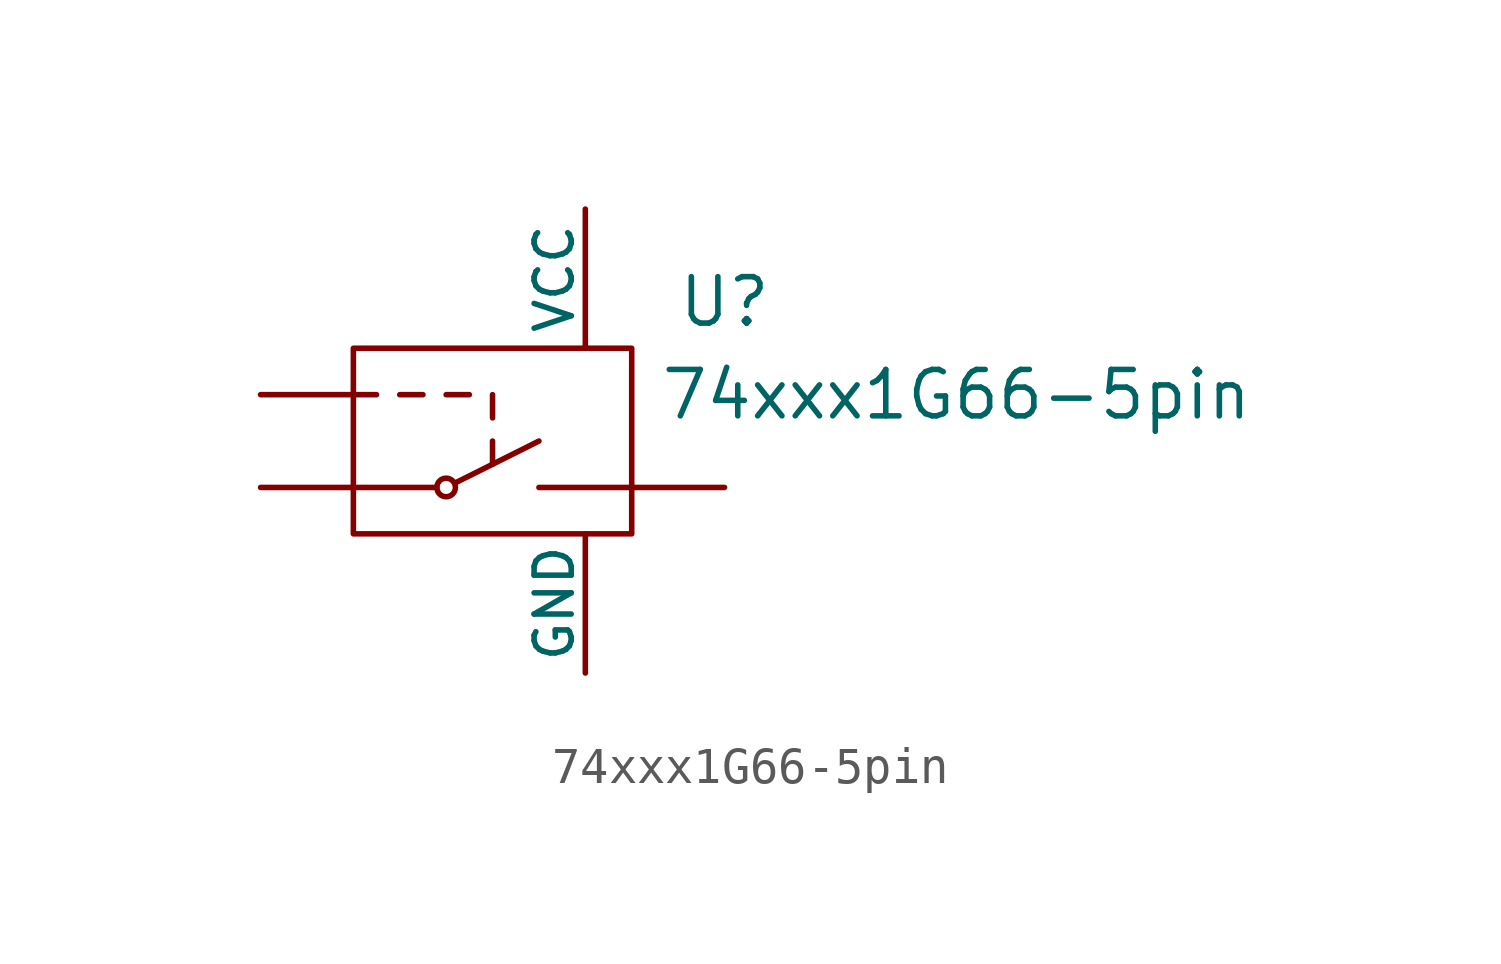
<source format=kicad_sym>
(kicad_symbol_lib
  (version 20211014)
  (generator kicad_symbol_editor)
  (symbol "74xxx1G66-5pin"
    (pin_numbers hide)
    (pin_names
      (offset 0))
    (property "Reference" "U"
      (at 6.35 0 0)
      (effects (font (size 1.27 1.27))))
    (property "Value" "74xxx1G66-5pin"
      (at 12.7 -2.54 0)
      (effects (font (size 1.27 1.27))))
    (symbol "74xxx1G66-5pin_0_1"
      (rectangle (start -3.81 -1.27) (end 3.81 -6.35) (stroke (width 0) (type default) (color 0 0 0 0)) (fill (type none)))
      (circle (center -1.27 -5.08) (radius 0.254) (stroke (width 0) (type default) (color 0 0 0 0)) (fill (type none)))
      (polyline (pts (xy -3.81 -5.08) (xy -1.524 -5.08)) (stroke (width 0) (type default) (color 0 0 0 0)) (fill (type none)))
      (polyline (pts (xy -3.81 -2.54) (xy -3.175 -2.54)) (stroke (width 0) (type default) (color 0 0 0 0)) (fill (type none)))
      (polyline (pts (xy -2.54 -2.54) (xy -1.905 -2.54)) (stroke (width 0) (type default) (color 0 0 0 0)) (fill (type none)))
      (polyline (pts (xy -1.27 -2.54) (xy -0.635 -2.54)) (stroke (width 0) (type default) (color 0 0 0 0)) (fill (type none)))
      (polyline (pts (xy -1.016 -4.953) (xy 1.27 -3.81)) (stroke (width 0) (type default) (color 0 0 0 0)) (fill (type none)))
      (polyline (pts (xy 0 -3.81) (xy 0 -4.445)) (stroke (width 0) (type default) (color 0 0 0 0)) (fill (type none)))
      (polyline (pts (xy 0 -2.54) (xy 0 -3.175)) (stroke (width 0) (type default) (color 0 0 0 0)) (fill (type none))))
    (symbol "74xxx1G66-5pin_1_1"
      (pin passive line (at -6.35 -5.08 0) (length 2.54) (name "~" (effects (font (size 1.27 1.27)))) (number "1" (effects (font (size 1.016 1.016)))))
      (pin passive line (at 6.35 -5.08 180) (length 5.08) (name "~" (effects (font (size 1.27 1.27)))) (number "2" (effects (font (size 1.016 1.016)))))
      (pin power_in line (at 2.54 -10.16 90) (length 3.81) (name "GND" (effects (font (size 1.016 1.016)))) (number "3" (effects (font (size 1.016 1.016)))))
      (pin input line (at -6.35 -2.54 0) (length 2.54) (name "~" (effects (font (size 1.27 1.27)))) (number "4" (effects (font (size 1.016 1.016)))))
      (pin power_in line (at 2.54 2.54 270) (length 3.81) (name "VCC" (effects (font (size 1.016 1.016)))) (number "5" (effects (font (size 1.016 1.016))))))))
</source>
